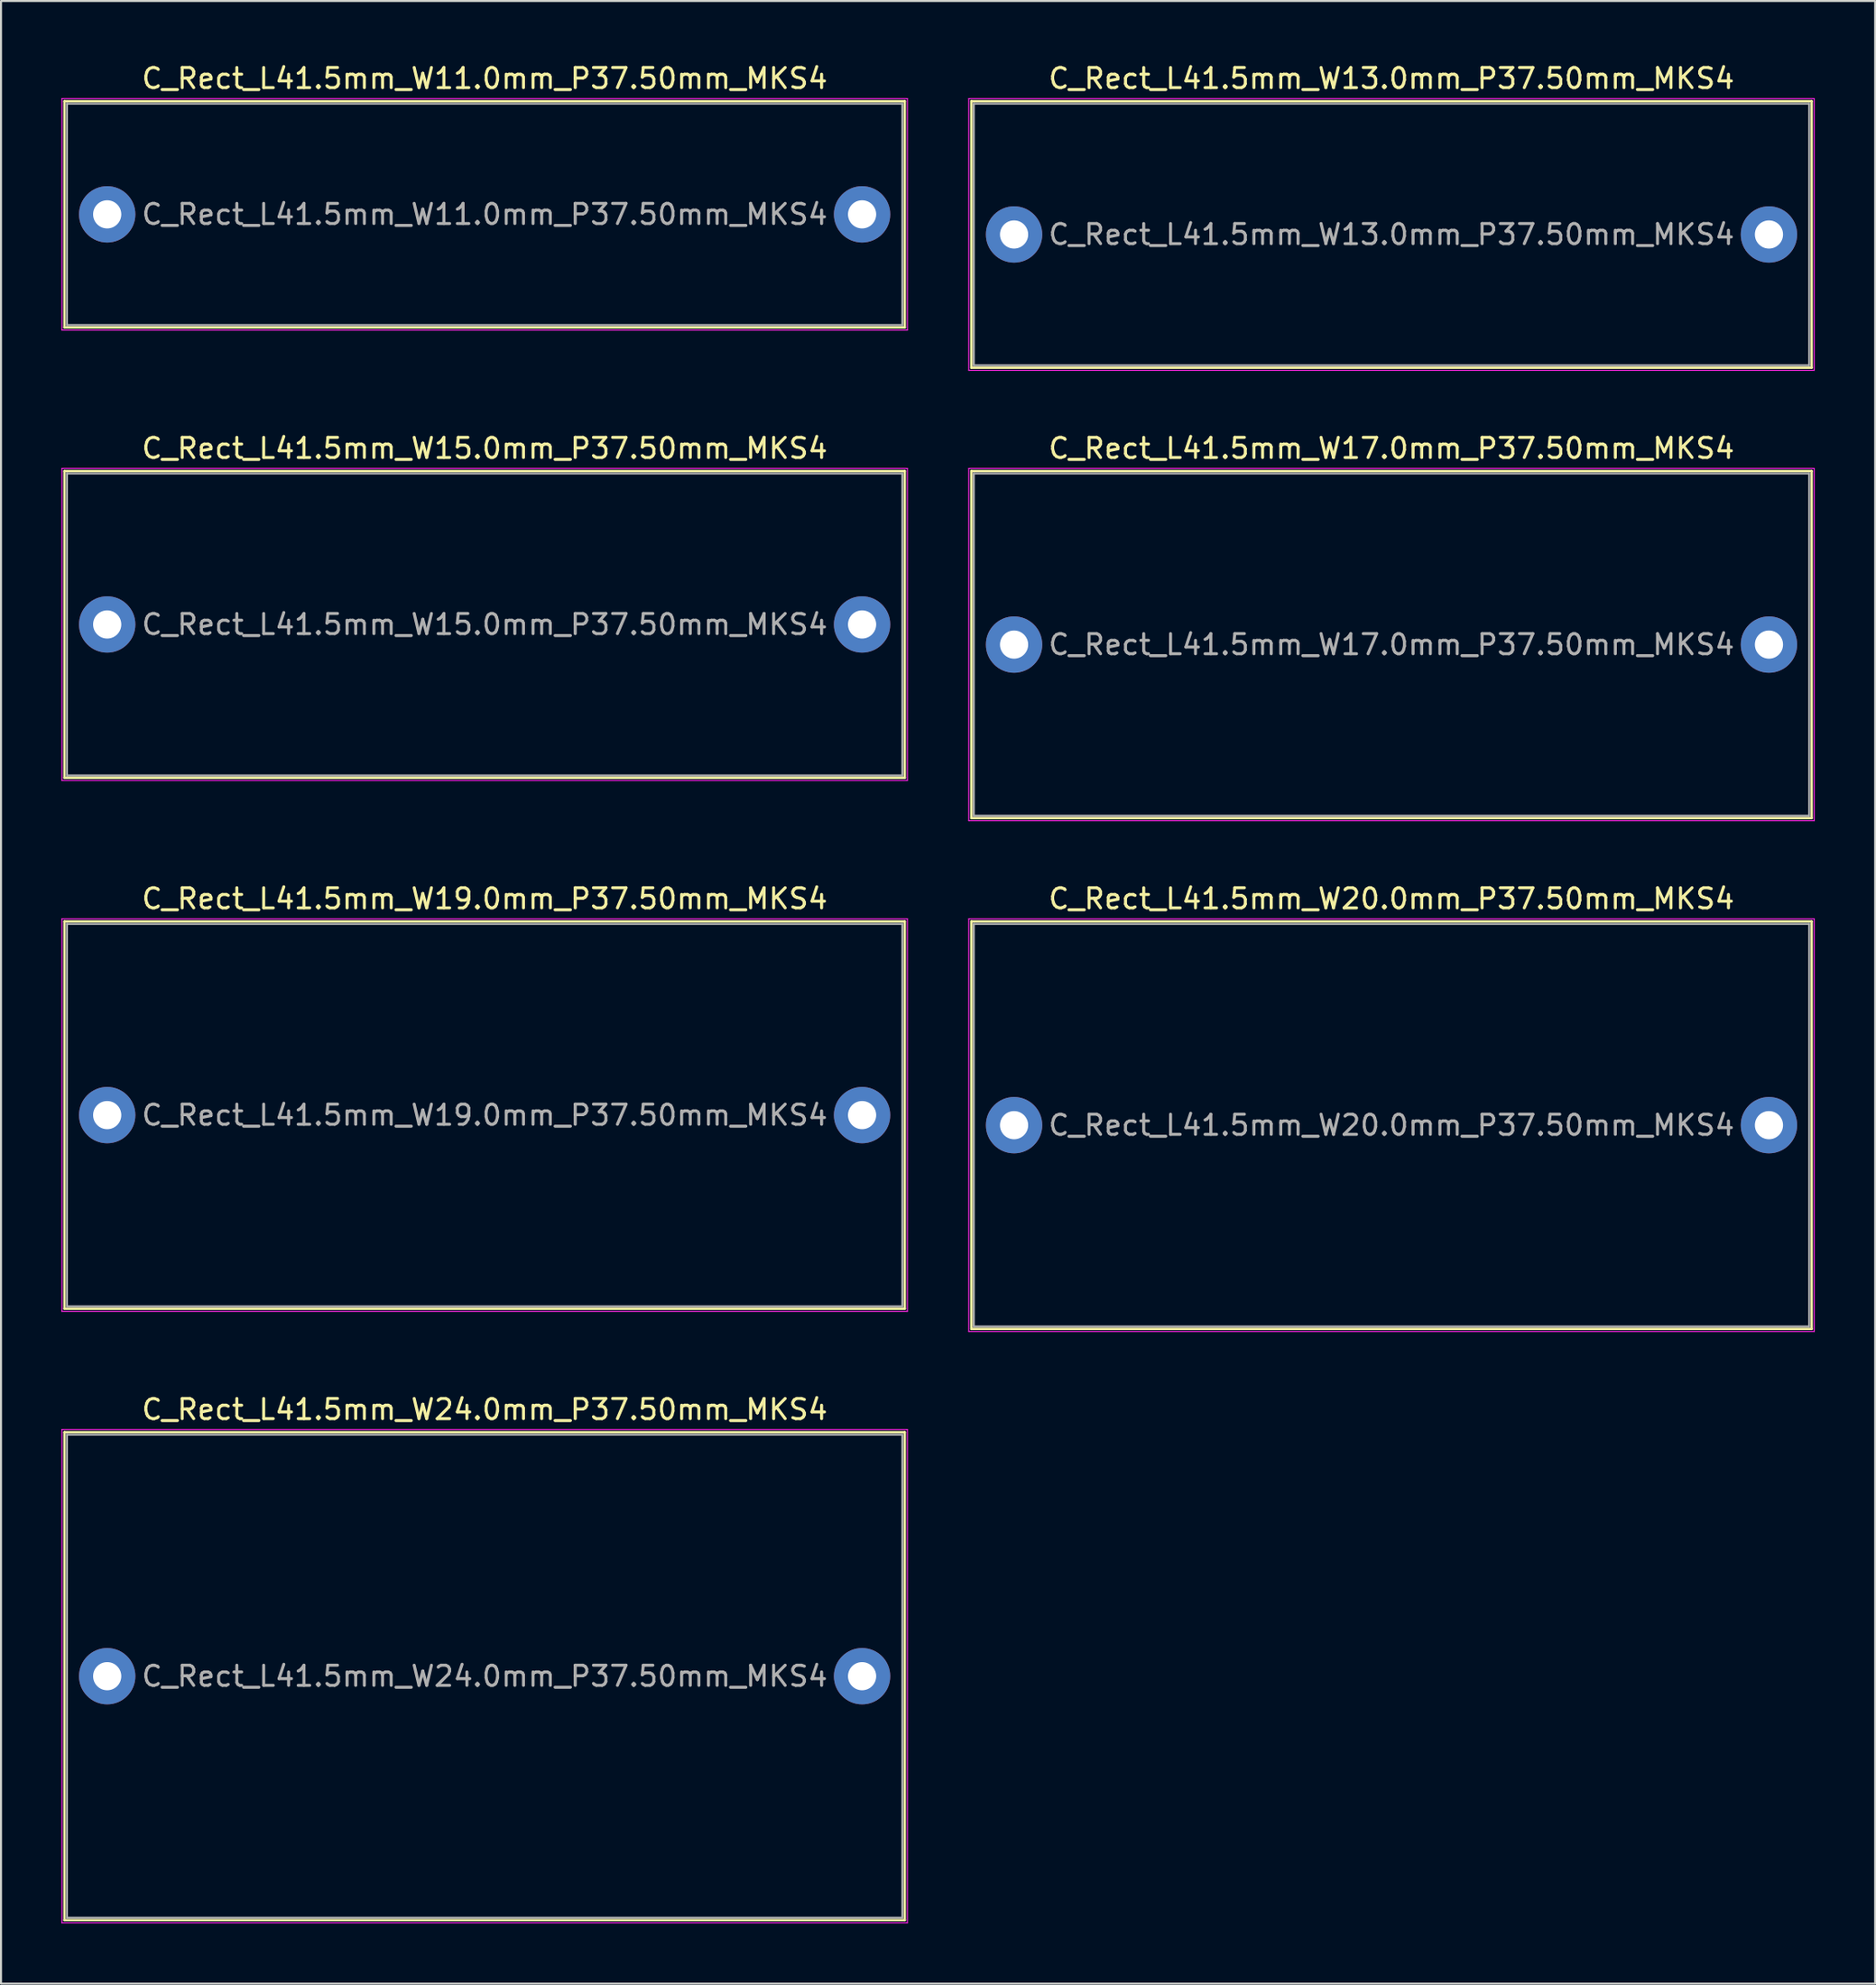
<source format=kicad_pcb>
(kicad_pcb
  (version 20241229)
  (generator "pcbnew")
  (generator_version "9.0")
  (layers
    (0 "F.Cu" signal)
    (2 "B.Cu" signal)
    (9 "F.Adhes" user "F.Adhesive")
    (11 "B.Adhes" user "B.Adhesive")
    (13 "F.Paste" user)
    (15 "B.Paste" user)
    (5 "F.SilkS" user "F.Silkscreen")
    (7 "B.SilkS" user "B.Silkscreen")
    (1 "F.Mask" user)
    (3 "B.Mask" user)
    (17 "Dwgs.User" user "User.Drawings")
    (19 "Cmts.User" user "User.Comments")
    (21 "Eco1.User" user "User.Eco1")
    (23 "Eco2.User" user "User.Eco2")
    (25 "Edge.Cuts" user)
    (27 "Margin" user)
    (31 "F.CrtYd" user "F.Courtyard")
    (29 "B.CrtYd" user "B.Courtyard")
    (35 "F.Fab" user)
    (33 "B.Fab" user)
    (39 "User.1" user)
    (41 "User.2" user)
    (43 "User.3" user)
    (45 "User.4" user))
  (footprint "C_Rect_L41.5mm_W11.0mm_P37.50mm_MKS4"
    (layer "F.Cu")
    (at 2.275 7.598)
    (property "Reference" "C_Rect_L41.5mm_W11.0mm_P37.50mm_MKS4" (at 18.75 -6.75 0) (layer "F.SilkS") (effects (font (size 1 1) (thickness 0.15))))
    (attr through_hole)
    (fp_line (start -2.12 -5.62) (end -2.12 5.62) (stroke (width 0.12) (type solid)) (layer "F.SilkS"))
    (fp_line (start -2.12 -5.62) (end 39.62 -5.62) (stroke (width 0.12) (type solid)) (layer "F.SilkS"))
    (fp_line (start -2.12 5.62) (end 39.62 5.62) (stroke (width 0.12) (type solid)) (layer "F.SilkS"))
    (fp_line (start 39.62 -5.62) (end 39.62 5.62) (stroke (width 0.12) (type solid)) (layer "F.SilkS"))
    (fp_line (start -2.25 -5.75) (end -2.25 5.75) (stroke (width 0.05) (type solid)) (layer "F.CrtYd"))
    (fp_line (start -2.25 5.75) (end 39.75 5.75) (stroke (width 0.05) (type solid)) (layer "F.CrtYd"))
    (fp_line (start 39.75 -5.75) (end -2.25 -5.75) (stroke (width 0.05) (type solid)) (layer "F.CrtYd"))
    (fp_line (start 39.75 5.75) (end 39.75 -5.75) (stroke (width 0.05) (type solid)) (layer "F.CrtYd"))
    (fp_line (start -2 -5.5) (end -2 5.5) (stroke (width 0.1) (type solid)) (layer "F.Fab"))
    (fp_line (start -2 5.5) (end 39.5 5.5) (stroke (width 0.1) (type solid)) (layer "F.Fab"))
    (fp_line (start 39.5 -5.5) (end -2 -5.5) (stroke (width 0.1) (type solid)) (layer "F.Fab"))
    (fp_line (start 39.5 5.5) (end 39.5 -5.5) (stroke (width 0.1) (type solid)) (layer "F.Fab"))
    (fp_text user "${REFERENCE}" (at 18.75 0 0) (layer "F.Fab") (effects (font (size 1 1) (thickness 0.15))))
    (pad "1" thru_hole circle (at 0 0) (size 2.8 2.8) (drill 1.4) (layers "*.Cu" "*.Mask"))
    (pad "2" thru_hole circle (at 37.5 0) (size 2.8 2.8) (drill 1.4) (layers "*.Cu" "*.Mask")))
  (footprint "C_Rect_L41.5mm_W24.0mm_P37.50mm_MKS4"
    (layer "F.Cu")
    (at 2.275 80.218)
    (property "Reference" "C_Rect_L41.5mm_W24.0mm_P37.50mm_MKS4" (at 18.75 -13.25 0) (layer "F.SilkS") (effects (font (size 1 1) (thickness 0.15))))
    (attr through_hole)
    (fp_line (start -2.12 -12.12) (end -2.12 12.12) (stroke (width 0.12) (type solid)) (layer "F.SilkS"))
    (fp_line (start -2.12 -12.12) (end 39.62 -12.12) (stroke (width 0.12) (type solid)) (layer "F.SilkS"))
    (fp_line (start -2.12 12.12) (end 39.62 12.12) (stroke (width 0.12) (type solid)) (layer "F.SilkS"))
    (fp_line (start 39.62 -12.12) (end 39.62 12.12) (stroke (width 0.12) (type solid)) (layer "F.SilkS"))
    (fp_line (start -2.25 -12.25) (end -2.25 12.25) (stroke (width 0.05) (type solid)) (layer "F.CrtYd"))
    (fp_line (start -2.25 12.25) (end 39.75 12.25) (stroke (width 0.05) (type solid)) (layer "F.CrtYd"))
    (fp_line (start 39.75 -12.25) (end -2.25 -12.25) (stroke (width 0.05) (type solid)) (layer "F.CrtYd"))
    (fp_line (start 39.75 12.25) (end 39.75 -12.25) (stroke (width 0.05) (type solid)) (layer "F.CrtYd"))
    (fp_line (start -2 -12) (end -2 12) (stroke (width 0.1) (type solid)) (layer "F.Fab"))
    (fp_line (start -2 12) (end 39.5 12) (stroke (width 0.1) (type solid)) (layer "F.Fab"))
    (fp_line (start 39.5 -12) (end -2 -12) (stroke (width 0.1) (type solid)) (layer "F.Fab"))
    (fp_line (start 39.5 12) (end 39.5 -12) (stroke (width 0.1) (type solid)) (layer "F.Fab"))
    (fp_text user "${REFERENCE}" (at 18.75 0 0) (layer "F.Fab") (effects (font (size 1 1) (thickness 0.15))))
    (pad "1" thru_hole circle (at 0 0) (size 2.8 2.8) (drill 1.4) (layers "*.Cu" "*.Mask"))
    (pad "2" thru_hole circle (at 37.5 0) (size 2.8 2.8) (drill 1.4) (layers "*.Cu" "*.Mask")))
  (footprint "C_Rect_L41.5mm_W15.0mm_P37.50mm_MKS4"
    (layer "F.Cu")
    (at 2.275 27.971)
    (property "Reference" "C_Rect_L41.5mm_W15.0mm_P37.50mm_MKS4" (at 18.75 -8.75 0) (layer "F.SilkS") (effects (font (size 1 1) (thickness 0.15))))
    (attr through_hole)
    (fp_line (start -2.12 -7.62) (end -2.12 7.62) (stroke (width 0.12) (type solid)) (layer "F.SilkS"))
    (fp_line (start -2.12 -7.62) (end 39.62 -7.62) (stroke (width 0.12) (type solid)) (layer "F.SilkS"))
    (fp_line (start -2.12 7.62) (end 39.62 7.62) (stroke (width 0.12) (type solid)) (layer "F.SilkS"))
    (fp_line (start 39.62 -7.62) (end 39.62 7.62) (stroke (width 0.12) (type solid)) (layer "F.SilkS"))
    (fp_line (start -2.25 -7.75) (end -2.25 7.75) (stroke (width 0.05) (type solid)) (layer "F.CrtYd"))
    (fp_line (start -2.25 7.75) (end 39.75 7.75) (stroke (width 0.05) (type solid)) (layer "F.CrtYd"))
    (fp_line (start 39.75 -7.75) (end -2.25 -7.75) (stroke (width 0.05) (type solid)) (layer "F.CrtYd"))
    (fp_line (start 39.75 7.75) (end 39.75 -7.75) (stroke (width 0.05) (type solid)) (layer "F.CrtYd"))
    (fp_line (start -2 -7.5) (end -2 7.5) (stroke (width 0.1) (type solid)) (layer "F.Fab"))
    (fp_line (start -2 7.5) (end 39.5 7.5) (stroke (width 0.1) (type solid)) (layer "F.Fab"))
    (fp_line (start 39.5 -7.5) (end -2 -7.5) (stroke (width 0.1) (type solid)) (layer "F.Fab"))
    (fp_line (start 39.5 7.5) (end 39.5 -7.5) (stroke (width 0.1) (type solid)) (layer "F.Fab"))
    (fp_text user "${REFERENCE}" (at 18.75 0 0) (layer "F.Fab") (effects (font (size 1 1) (thickness 0.15))))
    (pad "1" thru_hole circle (at 0 0) (size 2.8 2.8) (drill 1.4) (layers "*.Cu" "*.Mask"))
    (pad "2" thru_hole circle (at 37.5 0) (size 2.8 2.8) (drill 1.4) (layers "*.Cu" "*.Mask")))
  (footprint "C_Rect_L41.5mm_W13.0mm_P37.50mm_MKS4"
    (layer "F.Cu")
    (at 47.325 8.598)
    (property "Reference" "C_Rect_L41.5mm_W13.0mm_P37.50mm_MKS4" (at 18.75 -7.75 0) (layer "F.SilkS") (effects (font (size 1 1) (thickness 0.15))))
    (attr through_hole)
    (fp_line (start -2.12 -6.62) (end -2.12 6.62) (stroke (width 0.12) (type solid)) (layer "F.SilkS"))
    (fp_line (start -2.12 -6.62) (end 39.62 -6.62) (stroke (width 0.12) (type solid)) (layer "F.SilkS"))
    (fp_line (start -2.12 6.62) (end 39.62 6.62) (stroke (width 0.12) (type solid)) (layer "F.SilkS"))
    (fp_line (start 39.62 -6.62) (end 39.62 6.62) (stroke (width 0.12) (type solid)) (layer "F.SilkS"))
    (fp_line (start -2.25 -6.75) (end -2.25 6.75) (stroke (width 0.05) (type solid)) (layer "F.CrtYd"))
    (fp_line (start -2.25 6.75) (end 39.75 6.75) (stroke (width 0.05) (type solid)) (layer "F.CrtYd"))
    (fp_line (start 39.75 -6.75) (end -2.25 -6.75) (stroke (width 0.05) (type solid)) (layer "F.CrtYd"))
    (fp_line (start 39.75 6.75) (end 39.75 -6.75) (stroke (width 0.05) (type solid)) (layer "F.CrtYd"))
    (fp_line (start -2 -6.5) (end -2 6.5) (stroke (width 0.1) (type solid)) (layer "F.Fab"))
    (fp_line (start -2 6.5) (end 39.5 6.5) (stroke (width 0.1) (type solid)) (layer "F.Fab"))
    (fp_line (start 39.5 -6.5) (end -2 -6.5) (stroke (width 0.1) (type solid)) (layer "F.Fab"))
    (fp_line (start 39.5 6.5) (end 39.5 -6.5) (stroke (width 0.1) (type solid)) (layer "F.Fab"))
    (fp_text user "${REFERENCE}" (at 18.75 0 0) (layer "F.Fab") (effects (font (size 1 1) (thickness 0.15))))
    (pad "1" thru_hole circle (at 0 0) (size 2.8 2.8) (drill 1.4) (layers "*.Cu" "*.Mask"))
    (pad "2" thru_hole circle (at 37.5 0) (size 2.8 2.8) (drill 1.4) (layers "*.Cu" "*.Mask")))
  (footprint "C_Rect_L41.5mm_W20.0mm_P37.50mm_MKS4"
    (layer "F.Cu")
    (at 47.325 52.845)
    (property "Reference" "C_Rect_L41.5mm_W20.0mm_P37.50mm_MKS4" (at 18.75 -11.25 0) (layer "F.SilkS") (effects (font (size 1 1) (thickness 0.15))))
    (attr through_hole)
    (fp_line (start -2.12 -10.12) (end -2.12 10.12) (stroke (width 0.12) (type solid)) (layer "F.SilkS"))
    (fp_line (start -2.12 -10.12) (end 39.62 -10.12) (stroke (width 0.12) (type solid)) (layer "F.SilkS"))
    (fp_line (start -2.12 10.12) (end 39.62 10.12) (stroke (width 0.12) (type solid)) (layer "F.SilkS"))
    (fp_line (start 39.62 -10.12) (end 39.62 10.12) (stroke (width 0.12) (type solid)) (layer "F.SilkS"))
    (fp_line (start -2.25 -10.25) (end -2.25 10.25) (stroke (width 0.05) (type solid)) (layer "F.CrtYd"))
    (fp_line (start -2.25 10.25) (end 39.75 10.25) (stroke (width 0.05) (type solid)) (layer "F.CrtYd"))
    (fp_line (start 39.75 -10.25) (end -2.25 -10.25) (stroke (width 0.05) (type solid)) (layer "F.CrtYd"))
    (fp_line (start 39.75 10.25) (end 39.75 -10.25) (stroke (width 0.05) (type solid)) (layer "F.CrtYd"))
    (fp_line (start -2 -10) (end -2 10) (stroke (width 0.1) (type solid)) (layer "F.Fab"))
    (fp_line (start -2 10) (end 39.5 10) (stroke (width 0.1) (type solid)) (layer "F.Fab"))
    (fp_line (start 39.5 -10) (end -2 -10) (stroke (width 0.1) (type solid)) (layer "F.Fab"))
    (fp_line (start 39.5 10) (end 39.5 -10) (stroke (width 0.1) (type solid)) (layer "F.Fab"))
    (fp_text user "${REFERENCE}" (at 18.75 0 0) (layer "F.Fab") (effects (font (size 1 1) (thickness 0.15))))
    (pad "1" thru_hole circle (at 0 0) (size 2.8 2.8) (drill 1.4) (layers "*.Cu" "*.Mask"))
    (pad "2" thru_hole circle (at 37.5 0) (size 2.8 2.8) (drill 1.4) (layers "*.Cu" "*.Mask")))
  (footprint "C_Rect_L41.5mm_W17.0mm_P37.50mm_MKS4"
    (layer "F.Cu")
    (at 47.325 28.971)
    (property "Reference" "C_Rect_L41.5mm_W17.0mm_P37.50mm_MKS4" (at 18.75 -9.75 0) (layer "F.SilkS") (effects (font (size 1 1) (thickness 0.15))))
    (attr through_hole)
    (fp_line (start -2.12 -8.62) (end -2.12 8.62) (stroke (width 0.12) (type solid)) (layer "F.SilkS"))
    (fp_line (start -2.12 -8.62) (end 39.62 -8.62) (stroke (width 0.12) (type solid)) (layer "F.SilkS"))
    (fp_line (start -2.12 8.62) (end 39.62 8.62) (stroke (width 0.12) (type solid)) (layer "F.SilkS"))
    (fp_line (start 39.62 -8.62) (end 39.62 8.62) (stroke (width 0.12) (type solid)) (layer "F.SilkS"))
    (fp_line (start -2.25 -8.75) (end -2.25 8.75) (stroke (width 0.05) (type solid)) (layer "F.CrtYd"))
    (fp_line (start -2.25 8.75) (end 39.75 8.75) (stroke (width 0.05) (type solid)) (layer "F.CrtYd"))
    (fp_line (start 39.75 -8.75) (end -2.25 -8.75) (stroke (width 0.05) (type solid)) (layer "F.CrtYd"))
    (fp_line (start 39.75 8.75) (end 39.75 -8.75) (stroke (width 0.05) (type solid)) (layer "F.CrtYd"))
    (fp_line (start -2 -8.5) (end -2 8.5) (stroke (width 0.1) (type solid)) (layer "F.Fab"))
    (fp_line (start -2 8.5) (end 39.5 8.5) (stroke (width 0.1) (type solid)) (layer "F.Fab"))
    (fp_line (start 39.5 -8.5) (end -2 -8.5) (stroke (width 0.1) (type solid)) (layer "F.Fab"))
    (fp_line (start 39.5 8.5) (end 39.5 -8.5) (stroke (width 0.1) (type solid)) (layer "F.Fab"))
    (fp_text user "${REFERENCE}" (at 18.75 0 0) (layer "F.Fab") (effects (font (size 1 1) (thickness 0.15))))
    (pad "1" thru_hole circle (at 0 0) (size 2.8 2.8) (drill 1.4) (layers "*.Cu" "*.Mask"))
    (pad "2" thru_hole circle (at 37.5 0) (size 2.8 2.8) (drill 1.4) (layers "*.Cu" "*.Mask")))
  (footprint "C_Rect_L41.5mm_W19.0mm_P37.50mm_MKS4"
    (layer "F.Cu")
    (at 2.275 52.345)
    (property "Reference" "C_Rect_L41.5mm_W19.0mm_P37.50mm_MKS4" (at 18.75 -10.75 0) (layer "F.SilkS") (effects (font (size 1 1) (thickness 0.15))))
    (attr through_hole)
    (fp_line (start -2.12 -9.62) (end -2.12 9.62) (stroke (width 0.12) (type solid)) (layer "F.SilkS"))
    (fp_line (start -2.12 -9.62) (end 39.62 -9.62) (stroke (width 0.12) (type solid)) (layer "F.SilkS"))
    (fp_line (start -2.12 9.62) (end 39.62 9.62) (stroke (width 0.12) (type solid)) (layer "F.SilkS"))
    (fp_line (start 39.62 -9.62) (end 39.62 9.62) (stroke (width 0.12) (type solid)) (layer "F.SilkS"))
    (fp_line (start -2.25 -9.75) (end -2.25 9.75) (stroke (width 0.05) (type solid)) (layer "F.CrtYd"))
    (fp_line (start -2.25 9.75) (end 39.75 9.75) (stroke (width 0.05) (type solid)) (layer "F.CrtYd"))
    (fp_line (start 39.75 -9.75) (end -2.25 -9.75) (stroke (width 0.05) (type solid)) (layer "F.CrtYd"))
    (fp_line (start 39.75 9.75) (end 39.75 -9.75) (stroke (width 0.05) (type solid)) (layer "F.CrtYd"))
    (fp_line (start -2 -9.5) (end -2 9.5) (stroke (width 0.1) (type solid)) (layer "F.Fab"))
    (fp_line (start -2 9.5) (end 39.5 9.5) (stroke (width 0.1) (type solid)) (layer "F.Fab"))
    (fp_line (start 39.5 -9.5) (end -2 -9.5) (stroke (width 0.1) (type solid)) (layer "F.Fab"))
    (fp_line (start 39.5 9.5) (end 39.5 -9.5) (stroke (width 0.1) (type solid)) (layer "F.Fab"))
    (fp_text user "${REFERENCE}" (at 18.75 0 0) (layer "F.Fab") (effects (font (size 1 1) (thickness 0.15))))
    (pad "1" thru_hole circle (at 0 0) (size 2.8 2.8) (drill 1.4) (layers "*.Cu" "*.Mask"))
    (pad "2" thru_hole circle (at 37.5 0) (size 2.8 2.8) (drill 1.4) (layers "*.Cu" "*.Mask")))
  (gr_rect
    (start -3 -3)
    (end 90.1 95.493)
    (stroke (width 0.1) (type default))
    (fill no)
    (layer "Edge.Cuts")))
</source>
